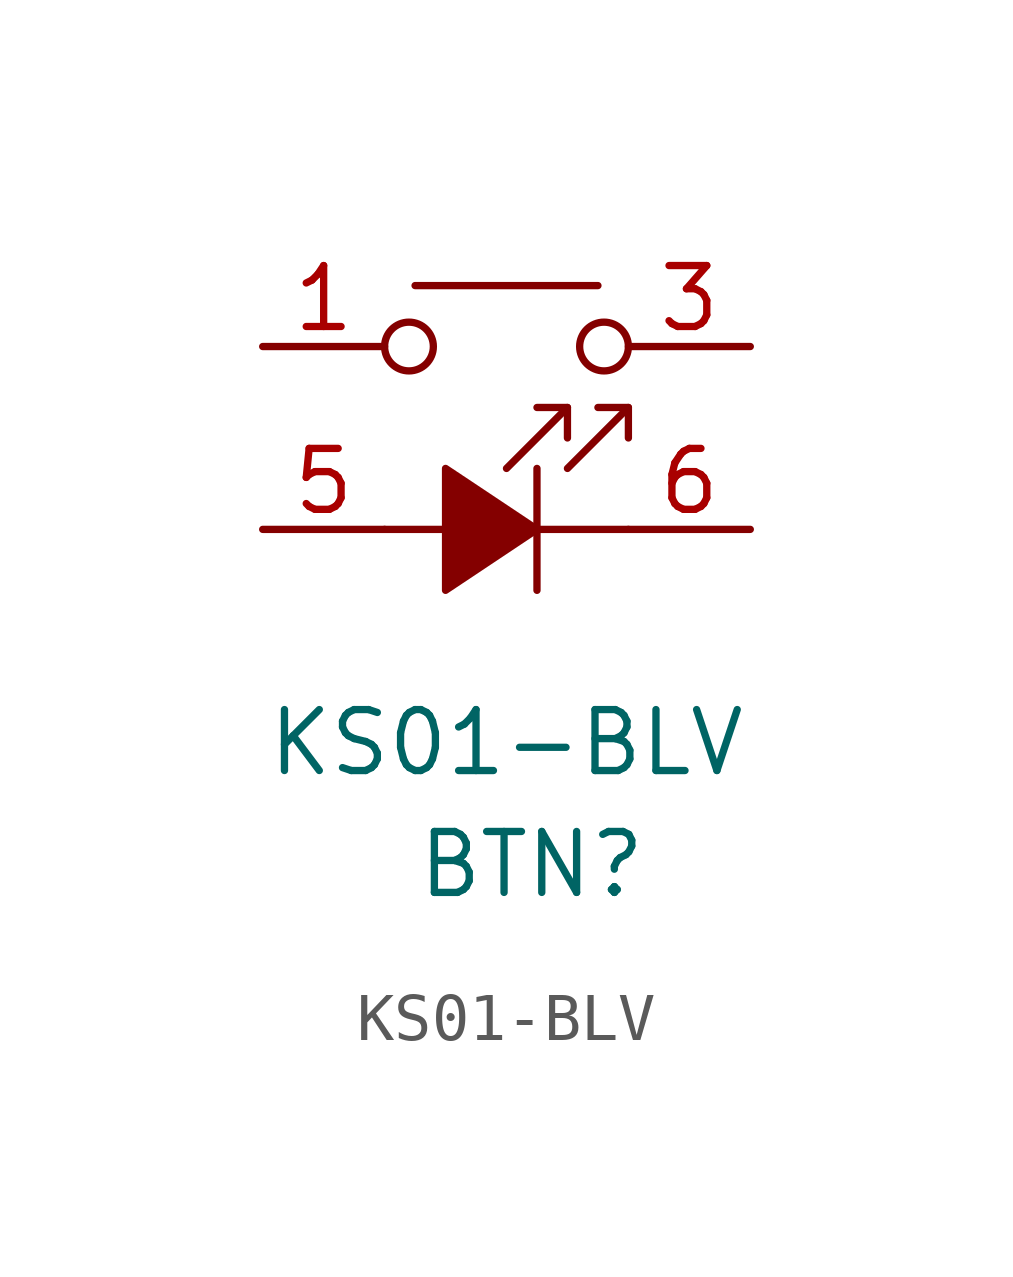
<source format=kicad_sym>
(kicad_symbol_lib
  (version 20211014)
  (generator kicad_symbol_editor)
  (symbol "KS01-BLV"
    (pin_names
      (offset 1.016) hide)
    (property "Reference" "BTN"
      (at -1.905 -8.255 0)
      (effects (font (size 1.27 1.27)) (justify left)))
    (property "Value" "KS01-BLV"
      (at 0 -5.715 0)
      (effects (font (size 1.27 1.27))))
    (symbol "KS01-BLV_0_0"
      (polyline (pts (xy 0.635 -2.54) (xy 0.635 0)) (stroke (width 0) (type default) (color 0 0 0 0)) (fill (type none)))
      (polyline (pts (xy 1.27 1.27) (xy 0 0)) (stroke (width 0) (type default) (color 0 0 0 0)) (fill (type none)))
      (polyline (pts (xy 2.54 -1.27) (xy -2.54 -1.27)) (stroke (width 0) (type default) (color 0 0 0 0)) (fill (type none)))
      (polyline (pts (xy 2.54 1.27) (xy 1.27 0)) (stroke (width 0) (type default) (color 0 0 0 0)) (fill (type none)))
      (polyline (pts (xy 1.27 0.635) (xy 1.27 1.27) (xy 0.635 1.27)) (stroke (width 0) (type default) (color 0 0 0 0)) (fill (type none)))
      (polyline (pts (xy 2.54 0.635) (xy 2.54 1.27) (xy 1.905 1.27)) (stroke (width 0) (type default) (color 0 0 0 0)) (fill (type none)))
      (polyline (pts (xy 0.635 -1.27) (xy -1.27 -2.54) (xy -1.27 0) (xy 0.635 -1.27)) (stroke (width 0) (type default) (color 0 0 0 0)) (fill (type outline))))
    (symbol "KS01-BLV_0_1"
      (circle (center -2.032 2.54) (radius 0.508) (stroke (width 0) (type default) (color 0 0 0 0)) (fill (type none)))
      (polyline (pts (xy -1.905 3.81) (xy 1.905 3.81)) (stroke (width 0) (type default) (color 0 0 0 0)) (fill (type none)))
      (circle (center 2.032 2.54) (radius 0.508) (stroke (width 0) (type default) (color 0 0 0 0)) (fill (type none)))
      (pin passive line (at -5.08 2.54 0) (length 2.54) (name "1" (effects (font (size 1.27 1.27)))) (number "1" (effects (font (size 1.27 1.27)))))
      (pin passive line (at -5.08 2.54 0) (length 2.54) hide (name "2" (effects (font (size 1.27 1.27)))) (number "2" (effects (font (size 1.27 1.27)))))
      (pin passive line (at 5.08 2.54 180) (length 2.54) (name "3" (effects (font (size 1.27 1.27)))) (number "3" (effects (font (size 1.27 1.27)))))
      (pin passive line (at 5.08 2.54 180) (length 2.54) hide (name "4" (effects (font (size 1.27 1.27)))) (number "4" (effects (font (size 1.27 1.27)))))
      (pin passive line (at -5.08 -1.27 0) (length 2.54) (name "A" (effects (font (size 1.27 1.27)))) (number "5" (effects (font (size 1.27 1.27)))))
      (pin passive line (at 5.08 -1.27 180) (length 2.54) (name "K" (effects (font (size 1.27 1.27)))) (number "6" (effects (font (size 1.27 1.27))))))))
</source>
